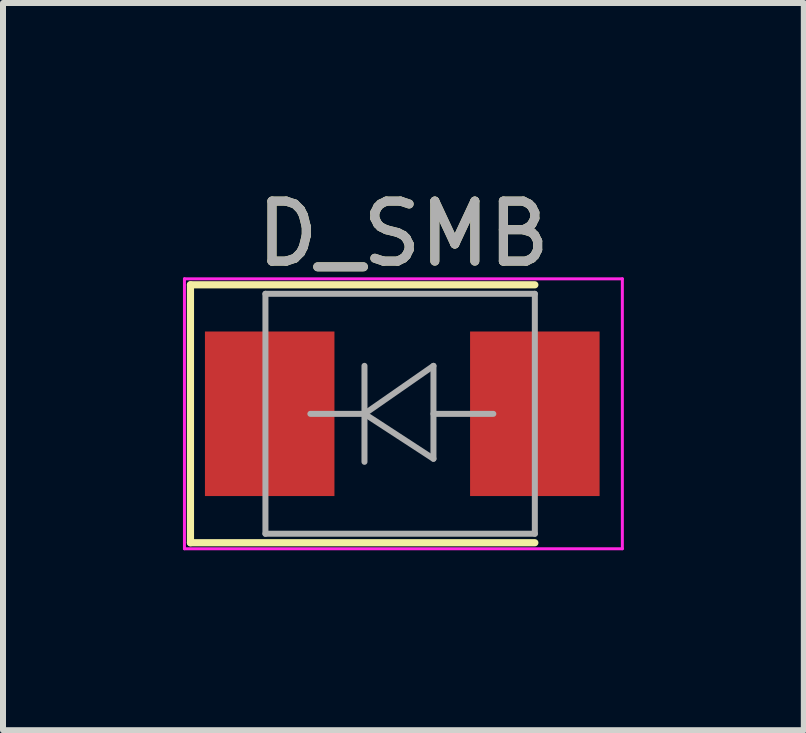
<source format=kicad_pcb>
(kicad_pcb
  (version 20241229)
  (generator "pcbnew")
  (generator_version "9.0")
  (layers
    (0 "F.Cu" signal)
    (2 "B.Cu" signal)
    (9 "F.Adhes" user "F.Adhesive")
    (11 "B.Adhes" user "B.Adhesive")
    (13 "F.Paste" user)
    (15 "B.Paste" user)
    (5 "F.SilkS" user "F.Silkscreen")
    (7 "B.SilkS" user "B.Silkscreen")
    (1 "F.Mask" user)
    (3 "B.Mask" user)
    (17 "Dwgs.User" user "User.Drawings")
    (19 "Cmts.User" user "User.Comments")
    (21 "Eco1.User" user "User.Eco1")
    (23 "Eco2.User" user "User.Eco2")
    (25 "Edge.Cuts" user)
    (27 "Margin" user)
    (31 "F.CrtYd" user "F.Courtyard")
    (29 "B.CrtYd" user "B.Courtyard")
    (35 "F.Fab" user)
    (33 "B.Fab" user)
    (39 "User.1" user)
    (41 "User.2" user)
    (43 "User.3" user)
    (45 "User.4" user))
  (footprint "D_SMB"
    (layer "F.Cu")
    (at 3.675 3.848)
    (property "Reference" "D_SMB" (at 0 -3 0) (layer "F.SilkS") (effects (font (size 1 1) (thickness 0.15))))
    (attr smd)
    (fp_line (start -3.55 -2.15) (end -3.55 2.15) (stroke (width 0.12) (type solid)) (layer "F.SilkS"))
    (fp_line (start -3.55 -2.15) (end 2.191 -2.15) (stroke (width 0.12) (type solid)) (layer "F.SilkS"))
    (fp_line (start -3.55 2.15) (end 2.191 2.15) (stroke (width 0.12) (type solid)) (layer "F.SilkS"))
    (fp_line (start -3.65 -2.25) (end 3.65 -2.25) (stroke (width 0.05) (type solid)) (layer "F.CrtYd"))
    (fp_line (start -3.65 2.25) (end -3.65 -2.25) (stroke (width 0.05) (type solid)) (layer "F.CrtYd"))
    (fp_line (start 3.65 -2.25) (end 3.65 2.25) (stroke (width 0.05) (type solid)) (layer "F.CrtYd"))
    (fp_line (start 3.65 2.25) (end -3.65 2.25) (stroke (width 0.05) (type solid)) (layer "F.CrtYd"))
    (fp_line (start -2.3 2) (end -2.3 -2) (stroke (width 0.1) (type solid)) (layer "F.Fab"))
    (fp_line (start -0.649 -0.799) (end -0.649 0.801) (stroke (width 0.1) (type solid)) (layer "F.Fab"))
    (fp_line (start -0.649 0.001) (end -1.551 0.001) (stroke (width 0.1) (type solid)) (layer "F.Fab"))
    (fp_line (start -0.649 0.001) (end 0.501 -0.799) (stroke (width 0.1) (type solid)) (layer "F.Fab"))
    (fp_line (start -0.649 0.001) (end 0.501 0.75) (stroke (width 0.1) (type solid)) (layer "F.Fab"))
    (fp_line (start 0.501 0.001) (end 1.499 0.001) (stroke (width 0.1) (type solid)) (layer "F.Fab"))
    (fp_line (start 0.501 0.75) (end 0.501 -0.799) (stroke (width 0.1) (type solid)) (layer "F.Fab"))
    (fp_line (start 2.191 -2) (end -2.3 -2) (stroke (width 0.1) (type solid)) (layer "F.Fab"))
    (fp_line (start 2.191 -2) (end 2.191 2) (stroke (width 0.1) (type solid)) (layer "F.Fab"))
    (fp_line (start 2.191 2) (end -2.3 2) (stroke (width 0.1) (type solid)) (layer "F.Fab"))
    (fp_text user "${REFERENCE}" (at 0 -3 0) (layer "F.Fab") (effects (font (size 1 1) (thickness 0.15))))
    (pad "1" smd rect (at -2.229 0) (size 2.159 2.743) (layers "F.Cu" "F.Mask" "F.Paste"))
    (pad "2" smd rect (at 2.191 0) (size 2.159 2.743) (layers "F.Cu" "F.Mask" "F.Paste")))
  (gr_rect
    (start -3 -3)
    (end 10.35 9.123)
    (stroke (width 0.1) (type default))
    (fill no)
    (layer "Edge.Cuts")))
</source>
